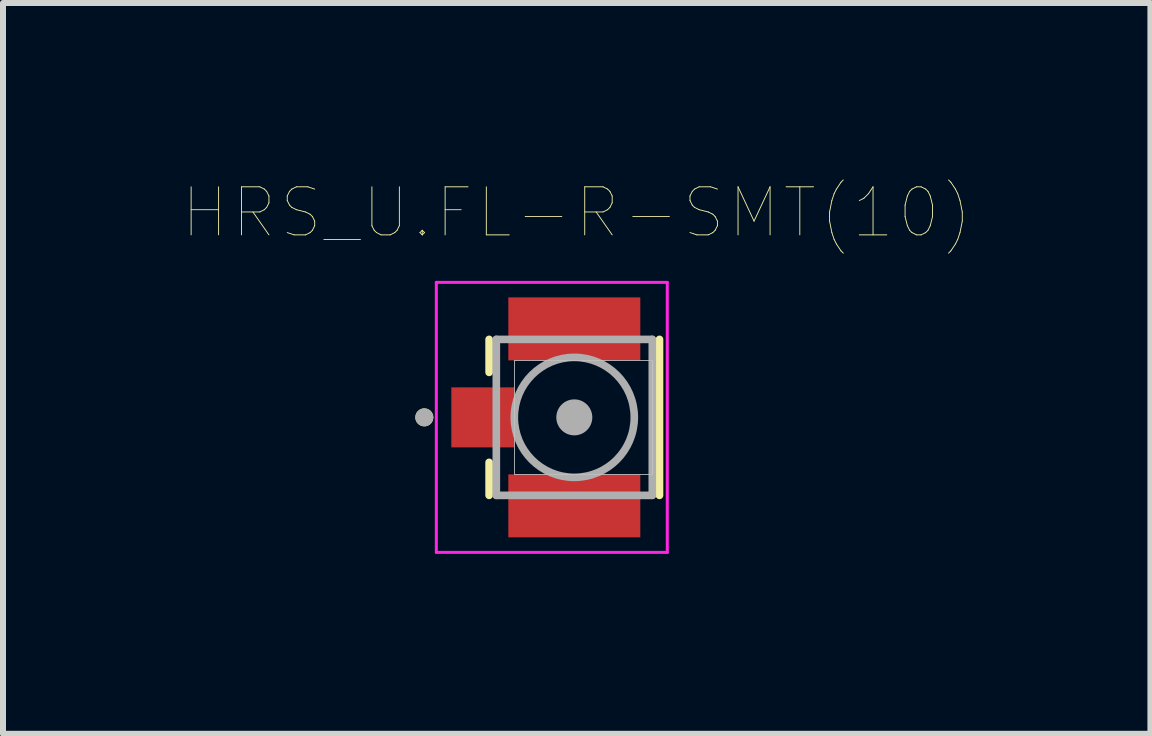
<source format=kicad_pcb>
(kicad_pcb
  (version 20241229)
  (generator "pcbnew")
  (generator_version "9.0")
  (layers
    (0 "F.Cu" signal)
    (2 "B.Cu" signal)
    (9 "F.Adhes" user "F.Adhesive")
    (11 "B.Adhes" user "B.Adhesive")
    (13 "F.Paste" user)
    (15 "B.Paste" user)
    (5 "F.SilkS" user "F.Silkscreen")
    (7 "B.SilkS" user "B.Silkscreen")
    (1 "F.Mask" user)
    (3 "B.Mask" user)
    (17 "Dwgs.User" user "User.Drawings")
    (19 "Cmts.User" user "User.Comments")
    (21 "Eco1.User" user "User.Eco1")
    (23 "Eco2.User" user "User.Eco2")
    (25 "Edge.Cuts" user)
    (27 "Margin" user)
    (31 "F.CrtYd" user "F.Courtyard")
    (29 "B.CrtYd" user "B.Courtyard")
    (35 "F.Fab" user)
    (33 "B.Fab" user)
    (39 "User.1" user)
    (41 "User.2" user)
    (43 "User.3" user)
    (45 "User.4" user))
  (footprint "HRS_U.FL-R-SMT(10)"
    (layer "F.Cu")
    (at 6.523 3.907)
    (property "Reference" "HRS_U.FL-R-SMT(10)" (at 0.04 -3.412 0) (layer "F.SilkS") (effects (font (size 0.801 0.801) (thickness 0.015))))
    (attr through_hole)
    (fp_line (start -1.42 -1.3) (end -1.42 -0.75) (stroke (width 0.127) (type solid)) (layer "F.SilkS"))
    (fp_line (start -1.42 0.75) (end -1.42 1.3) (stroke (width 0.127) (type solid)) (layer "F.SilkS"))
    (fp_line (start 1.42 -1.3) (end 1.42 1.3) (stroke (width 0.127) (type solid)) (layer "F.SilkS"))
    (fp_circle (center -2.5 0) (end -2.425 0) (stroke (width 0.15) (type solid)) (fill no) (layer "F.SilkS"))
    (fp_poly (pts (xy -1 -0.95) (xy 1.3 -0.95) (xy 1.3 0.95) (xy -1 0.95)) (stroke (width 0.01) (type solid)) (fill no) (layer "Dwgs.User"))
    (fp_poly (pts (xy -1 -0.95) (xy 1.3 -0.95) (xy 1.3 0.95) (xy -1 0.95)) (stroke (width 0.01) (type solid)) (fill no) (layer "Dwgs.User"))
    (fp_line (start -2.3 -2.25) (end 1.55 -2.25) (stroke (width 0.05) (type solid)) (layer "F.CrtYd"))
    (fp_line (start -2.3 2.25) (end -2.3 -2.25) (stroke (width 0.05) (type solid)) (layer "F.CrtYd"))
    (fp_line (start 1.55 -2.25) (end 1.55 2.25) (stroke (width 0.05) (type solid)) (layer "F.CrtYd"))
    (fp_line (start 1.55 2.25) (end -2.3 2.25) (stroke (width 0.05) (type solid)) (layer "F.CrtYd"))
    (fp_line (start -1.3 -1.3) (end -1.3 1.3) (stroke (width 0.127) (type solid)) (layer "F.Fab"))
    (fp_line (start 1.3 -1.3) (end -1.3 -1.3) (stroke (width 0.127) (type solid)) (layer "F.Fab"))
    (fp_line (start 1.3 -1.3) (end 1.3 1.3) (stroke (width 0.127) (type solid)) (layer "F.Fab"))
    (fp_line (start 1.3 1.3) (end -1.3 1.3) (stroke (width 0.127) (type solid)) (layer "F.Fab"))
    (fp_circle (center -2.5 0) (end -2.425 0) (stroke (width 0.15) (type solid)) (fill no) (layer "F.Fab"))
    (fp_circle (center 0 0) (end 0.3 0) (stroke (width 0) (type solid)) (fill yes) (layer "F.Fab"))
    (fp_circle (center 0 0) (end 1 0) (stroke (width 0.127) (type solid)) (fill no) (layer "F.Fab"))
    (pad "1" smd rect (at -1.525 0) (size 1.05 1) (layers "F.Cu" "F.Mask" "F.Paste"))
    (pad "2" smd rect (at 0 -1.475) (size 2.2 1.05) (layers "F.Cu" "F.Mask" "F.Paste"))
    (pad "3" smd rect (at 0 1.475) (size 2.2 1.05) (layers "F.Cu" "F.Mask" "F.Paste")))
  (gr_rect
    (start -3 -3)
    (end 16.126 9.182)
    (stroke (width 0.1) (type default))
    (fill no)
    (layer "Edge.Cuts")))
</source>
